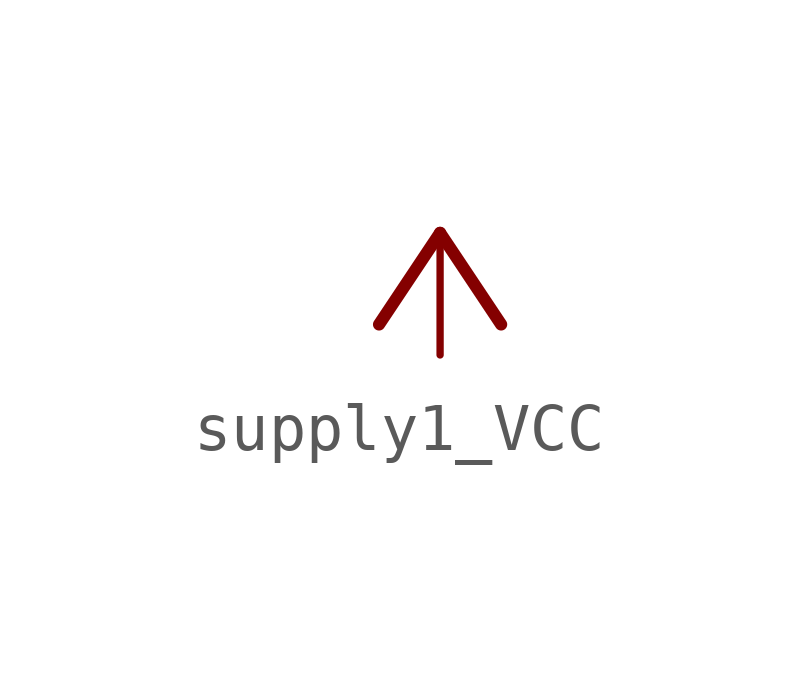
<source format=kicad_sym>
(kicad_symbol_lib
  (version 20231120)
  (generator "kicad_symbol_editor")
  (generator_version "8.0")
  (symbol "supply1_VCC"
    (power)
    (property "Reference" "#P+"
      (at 0 0 0)
      (effects (font (size 1.27 1.27)) (hide yes)))
    (property "Value" ""
      (at -2.54 -2.54 90)
      (effects (font (size 1.778 1.511)) (justify left bottom)))
    (property "ki_locked" ""
      (at 0 0 0)
      (effects (font (size 1.27 1.27))))
    (symbol "supply1_VCC_1_0"
      (polyline (pts (xy 0 0) (xy -1.27 -1.905)) (stroke (width 0.254) (type solid)) (fill (type none)))
      (polyline (pts (xy 1.27 -1.905) (xy 0 0)) (stroke (width 0.254) (type solid)) (fill (type none)))
      (pin power_in line (at 0 -2.54 90) (length 2.54) (name "VCC" (effects (font (size 0 0)))) (number "1" (effects (font (size 0 0))))))))
</source>
